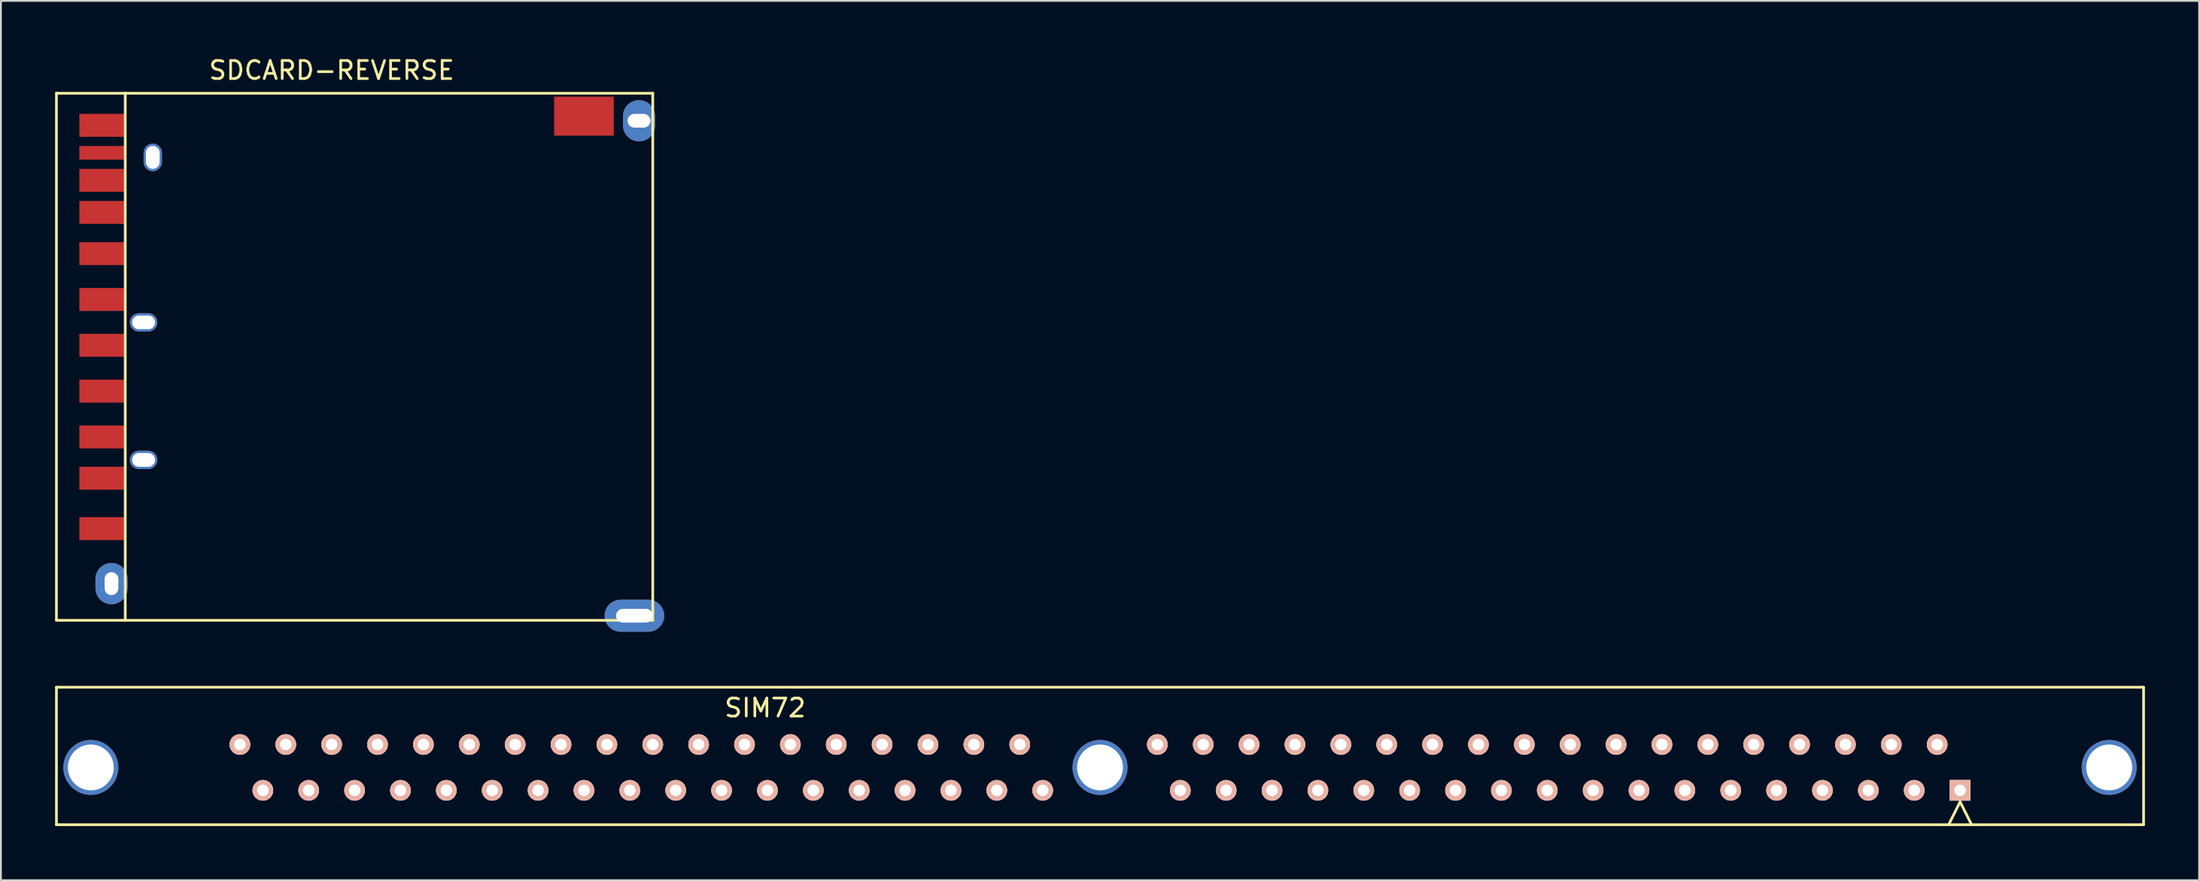
<source format=kicad_pcb>
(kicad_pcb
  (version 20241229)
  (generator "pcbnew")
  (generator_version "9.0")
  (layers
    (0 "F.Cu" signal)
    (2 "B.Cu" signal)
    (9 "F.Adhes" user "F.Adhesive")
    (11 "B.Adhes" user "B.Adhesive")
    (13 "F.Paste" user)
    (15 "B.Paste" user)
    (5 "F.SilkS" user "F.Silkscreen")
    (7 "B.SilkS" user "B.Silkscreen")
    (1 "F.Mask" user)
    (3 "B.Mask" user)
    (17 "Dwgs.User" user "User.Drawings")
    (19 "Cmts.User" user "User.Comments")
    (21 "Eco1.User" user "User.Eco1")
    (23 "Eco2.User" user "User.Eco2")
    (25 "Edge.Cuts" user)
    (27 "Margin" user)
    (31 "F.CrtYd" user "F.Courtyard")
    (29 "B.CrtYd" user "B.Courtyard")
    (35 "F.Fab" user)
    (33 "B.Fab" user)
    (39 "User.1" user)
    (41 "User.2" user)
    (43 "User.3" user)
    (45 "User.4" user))
  (footprint "SDCARD-REVERSE"
    (layer "F.Cu")
    (at 2.615 21.168)
    (property "Reference" "SDCARD-REVERSE" (at 12.7 -20.32 0) (layer "F.SilkS") (effects (font (size 1 1) (thickness 0.15))))
    (attr through_hole)
    (fp_line (start -2.54 -19.05) (end -2.54 10.16) (stroke (width 0.15) (type solid)) (layer "F.SilkS"))
    (fp_line (start -2.54 10.16) (end 1.27 10.16) (stroke (width 0.15) (type solid)) (layer "F.SilkS"))
    (fp_line (start 1.27 -19.05) (end -2.54 -19.05) (stroke (width 0.15) (type solid)) (layer "F.SilkS"))
    (fp_line (start 1.27 -19.05) (end 1.27 10.16) (stroke (width 0.15) (type solid)) (layer "F.SilkS"))
    (fp_line (start 30.48 -19.05) (end 1.27 -19.05) (stroke (width 0.15) (type solid)) (layer "F.SilkS"))
    (fp_line (start 30.48 -19.05) (end 30.48 10.16) (stroke (width 0.15) (type solid)) (layer "F.SilkS"))
    (fp_line (start 30.48 10.16) (end 1.27 10.16) (stroke (width 0.15) (type solid)) (layer "F.SilkS"))
    (pad "1" smd rect (at 0 2.286) (size 2.54 1.27) (layers "F.Cu" "F.Mask" "F.Paste"))
    (pad "2" smd rect (at 0 0) (size 2.54 1.27) (layers "F.Cu" "F.Mask" "F.Paste"))
    (pad "3" smd rect (at 0 -2.54) (size 2.54 1.27) (layers "F.Cu" "F.Mask" "F.Paste"))
    (pad "4" smd rect (at 0 -5.08) (size 2.54 1.27) (layers "F.Cu" "F.Mask" "F.Paste"))
    (pad "5" smd rect (at 0 -7.62) (size 2.54 1.27) (layers "F.Cu" "F.Mask" "F.Paste"))
    (pad "6" smd rect (at 0 -10.16) (size 2.54 1.27) (layers "F.Cu" "F.Mask" "F.Paste"))
    (pad "7" smd rect (at 0 -12.446) (size 2.54 1.27) (layers "F.Cu" "F.Mask" "F.Paste"))
    (pad "8" smd rect (at 0 -14.224) (size 2.54 1.27) (layers "F.Cu" "F.Mask" "F.Paste"))
    (pad "9" smd rect (at 0 5.08) (size 2.54 1.27) (layers "F.Cu" "F.Mask" "F.Paste"))
    (pad "10" smd rect (at 0 -15.748) (size 2.54 0.762) (layers "F.Cu" "F.Mask" "F.Paste"))
    (pad "11" smd rect (at 0 -17.272) (size 2.54 1.27) (layers "F.Cu" "F.Mask" "F.Paste"))
    (pad "12" smd rect (at 26.67 -17.78) (size 3.302 2.159) (layers "F.Cu" "F.Mask" "F.Paste"))
    (pad "13" thru_hole oval (at 2.794 -15.494) (size 1.016 1.524) (drill oval 0.762 1.27) (layers "*.Cu" "*.Mask"))
    (pad "14" thru_hole oval (at 2.286 -6.35) (size 1.524 1.016) (drill oval 1.27 0.762) (layers "*.Cu" "*.Mask"))
    (pad "15" thru_hole oval (at 2.286 1.27) (size 1.524 1.016) (drill oval 1.27 0.762) (layers "*.Cu" "*.Mask"))
    (pad "16" thru_hole oval (at 0.508 8.128) (size 1.778 2.286) (drill oval 0.762 1.27) (layers "*.Cu" "*.Mask"))
    (pad "17" thru_hole oval (at 29.464 9.906) (size 3.302 1.778) (drill oval 2.032 0.762) (layers "*.Cu" "*.Mask"))
    (pad "18" thru_hole oval (at 29.718 -17.526) (size 1.778 2.286) (drill oval 1.27 0.762) (layers "*.Cu" "*.Mask")))
  (footprint "SIM72"
    (layer "F.Cu")
    (at 57.86 39.483)
    (property "Reference" "SIM72" (at -18.542 -3.302 0) (layer "F.SilkS") (effects (font (size 1 1) (thickness 0.15))))
    (attr through_hole)
    (fp_line (start -57.785 -4.445) (end -57.785 3.175) (stroke (width 0.15) (type solid)) (layer "F.SilkS"))
    (fp_line (start -57.785 3.175) (end 57.785 3.175) (stroke (width 0.15) (type solid)) (layer "F.SilkS"))
    (fp_line (start 46.99 3.175) (end 47.625 1.905) (stroke (width 0.15) (type solid)) (layer "F.SilkS"))
    (fp_line (start 47.625 1.905) (end 48.26 3.175) (stroke (width 0.15) (type solid)) (layer "F.SilkS"))
    (fp_line (start 57.785 -4.445) (end -57.785 -4.445) (stroke (width 0.15) (type solid)) (layer "F.SilkS"))
    (fp_line (start 57.785 3.175) (end 57.785 -4.445) (stroke (width 0.15) (type solid)) (layer "F.SilkS"))
    (pad "" thru_hole circle (at -55.88 0) (size 3.048 3.048) (drill 2.54) (layers "*.Cu" "*.Mask"))
    (pad "" thru_hole circle (at 0 0) (size 3.048 3.048) (drill 2.54) (layers "*.Cu" "*.Mask"))
    (pad "" thru_hole circle (at 55.88 0) (size 3.048 3.048) (drill 2.54) (layers "*.Cu" "*.Mask"))
    (pad "1" thru_hole rect (at 47.625 1.27) (size 1.143 1.143) (drill 0.635) (layers "*.Cu" "*.SilkS" "*.Mask"))
    (pad "2" thru_hole circle (at 46.355 -1.27) (size 1.143 1.143) (drill 0.635) (layers "*.Cu" "*.SilkS" "*.Mask"))
    (pad "3" thru_hole circle (at 45.085 1.27) (size 1.143 1.143) (drill 0.635) (layers "*.Cu" "*.SilkS" "*.Mask"))
    (pad "4" thru_hole circle (at 43.815 -1.27) (size 1.143 1.143) (drill 0.635) (layers "*.Cu" "*.SilkS" "*.Mask"))
    (pad "5" thru_hole circle (at 42.545 1.27) (size 1.143 1.143) (drill 0.635) (layers "*.Cu" "*.SilkS" "*.Mask"))
    (pad "6" thru_hole circle (at 41.275 -1.27) (size 1.143 1.143) (drill 0.635) (layers "*.Cu" "*.SilkS" "*.Mask"))
    (pad "7" thru_hole circle (at 40.005 1.27) (size 1.143 1.143) (drill 0.635) (layers "*.Cu" "*.SilkS" "*.Mask"))
    (pad "8" thru_hole circle (at 38.735 -1.27) (size 1.143 1.143) (drill 0.635) (layers "*.Cu" "*.SilkS" "*.Mask"))
    (pad "9" thru_hole circle (at 37.465 1.27) (size 1.143 1.143) (drill 0.635) (layers "*.Cu" "*.SilkS" "*.Mask"))
    (pad "10" thru_hole circle (at 36.195 -1.27) (size 1.143 1.143) (drill 0.635) (layers "*.Cu" "*.SilkS" "*.Mask"))
    (pad "11" thru_hole circle (at 34.925 1.27) (size 1.143 1.143) (drill 0.635) (layers "*.Cu" "*.SilkS" "*.Mask"))
    (pad "12" thru_hole circle (at 33.655 -1.27) (size 1.143 1.143) (drill 0.635) (layers "*.Cu" "*.SilkS" "*.Mask"))
    (pad "13" thru_hole circle (at 32.385 1.27) (size 1.143 1.143) (drill 0.635) (layers "*.Cu" "*.SilkS" "*.Mask"))
    (pad "14" thru_hole circle (at 31.115 -1.27) (size 1.143 1.143) (drill 0.635) (layers "*.Cu" "*.SilkS" "*.Mask"))
    (pad "15" thru_hole circle (at 29.845 1.27) (size 1.143 1.143) (drill 0.635) (layers "*.Cu" "*.SilkS" "*.Mask"))
    (pad "16" thru_hole circle (at 28.575 -1.27) (size 1.143 1.143) (drill 0.635) (layers "*.Cu" "*.SilkS" "*.Mask"))
    (pad "17" thru_hole circle (at 27.305 1.27) (size 1.143 1.143) (drill 0.635) (layers "*.Cu" "*.SilkS" "*.Mask"))
    (pad "18" thru_hole circle (at 26.035 -1.27) (size 1.143 1.143) (drill 0.635) (layers "*.Cu" "*.SilkS" "*.Mask"))
    (pad "19" thru_hole circle (at 24.765 1.27) (size 1.143 1.143) (drill 0.635) (layers "*.Cu" "*.SilkS" "*.Mask"))
    (pad "20" thru_hole circle (at 23.495 -1.27) (size 1.143 1.143) (drill 0.635) (layers "*.Cu" "*.SilkS" "*.Mask"))
    (pad "21" thru_hole circle (at 22.225 1.27) (size 1.143 1.143) (drill 0.635) (layers "*.Cu" "*.SilkS" "*.Mask"))
    (pad "22" thru_hole circle (at 20.955 -1.27) (size 1.143 1.143) (drill 0.635) (layers "*.Cu" "*.SilkS" "*.Mask"))
    (pad "23" thru_hole circle (at 19.685 1.27) (size 1.143 1.143) (drill 0.635) (layers "*.Cu" "*.SilkS" "*.Mask"))
    (pad "24" thru_hole circle (at 18.415 -1.27) (size 1.143 1.143) (drill 0.635) (layers "*.Cu" "*.SilkS" "*.Mask"))
    (pad "25" thru_hole circle (at 17.145 1.27) (size 1.143 1.143) (drill 0.635) (layers "*.Cu" "*.SilkS" "*.Mask"))
    (pad "26" thru_hole circle (at 15.875 -1.27) (size 1.143 1.143) (drill 0.635) (layers "*.Cu" "*.SilkS" "*.Mask"))
    (pad "27" thru_hole circle (at 14.605 1.27) (size 1.143 1.143) (drill 0.635) (layers "*.Cu" "*.SilkS" "*.Mask"))
    (pad "28" thru_hole circle (at 13.335 -1.27) (size 1.143 1.143) (drill 0.635) (layers "*.Cu" "*.SilkS" "*.Mask"))
    (pad "29" thru_hole circle (at 12.065 1.27) (size 1.143 1.143) (drill 0.635) (layers "*.Cu" "*.SilkS" "*.Mask"))
    (pad "30" thru_hole circle (at 10.795 -1.27) (size 1.143 1.143) (drill 0.635) (layers "*.Cu" "*.SilkS" "*.Mask"))
    (pad "31" thru_hole circle (at 9.525 1.27) (size 1.143 1.143) (drill 0.635) (layers "*.Cu" "*.SilkS" "*.Mask"))
    (pad "32" thru_hole circle (at 8.255 -1.27) (size 1.143 1.143) (drill 0.635) (layers "*.Cu" "*.SilkS" "*.Mask"))
    (pad "33" thru_hole circle (at 6.985 1.27) (size 1.143 1.143) (drill 0.635) (layers "*.Cu" "*.SilkS" "*.Mask"))
    (pad "34" thru_hole circle (at 5.715 -1.27) (size 1.143 1.143) (drill 0.635) (layers "*.Cu" "*.SilkS" "*.Mask"))
    (pad "35" thru_hole circle (at 4.445 1.27) (size 1.143 1.143) (drill 0.635) (layers "*.Cu" "*.SilkS" "*.Mask"))
    (pad "36" thru_hole circle (at 3.175 -1.27) (size 1.143 1.143) (drill 0.635) (layers "*.Cu" "*.SilkS" "*.Mask"))
    (pad "37" thru_hole circle (at -3.175 1.27) (size 1.143 1.143) (drill 0.635) (layers "*.Cu" "*.SilkS" "*.Mask"))
    (pad "38" thru_hole circle (at -4.445 -1.27) (size 1.143 1.143) (drill 0.635) (layers "*.Cu" "*.SilkS" "*.Mask"))
    (pad "39" thru_hole circle (at -5.715 1.27) (size 1.143 1.143) (drill 0.635) (layers "*.Cu" "*.SilkS" "*.Mask"))
    (pad "40" thru_hole circle (at -6.985 -1.27) (size 1.143 1.143) (drill 0.635) (layers "*.Cu" "*.SilkS" "*.Mask"))
    (pad "41" thru_hole circle (at -8.255 1.27) (size 1.143 1.143) (drill 0.635) (layers "*.Cu" "*.SilkS" "*.Mask"))
    (pad "42" thru_hole circle (at -9.525 -1.27) (size 1.143 1.143) (drill 0.635) (layers "*.Cu" "*.SilkS" "*.Mask"))
    (pad "43" thru_hole circle (at -10.795 1.27) (size 1.143 1.143) (drill 0.635) (layers "*.Cu" "*.SilkS" "*.Mask"))
    (pad "44" thru_hole circle (at -12.065 -1.27) (size 1.143 1.143) (drill 0.635) (layers "*.Cu" "*.SilkS" "*.Mask"))
    (pad "45" thru_hole circle (at -13.335 1.27) (size 1.143 1.143) (drill 0.635) (layers "*.Cu" "*.SilkS" "*.Mask"))
    (pad "46" thru_hole circle (at -14.605 -1.27) (size 1.143 1.143) (drill 0.635) (layers "*.Cu" "*.SilkS" "*.Mask"))
    (pad "47" thru_hole circle (at -15.875 1.27) (size 1.143 1.143) (drill 0.635) (layers "*.Cu" "*.SilkS" "*.Mask"))
    (pad "48" thru_hole circle (at -17.145 -1.27) (size 1.143 1.143) (drill 0.635) (layers "*.Cu" "*.SilkS" "*.Mask"))
    (pad "49" thru_hole circle (at -18.415 1.27) (size 1.143 1.143) (drill 0.635) (layers "*.Cu" "*.SilkS" "*.Mask"))
    (pad "50" thru_hole circle (at -19.685 -1.27) (size 1.143 1.143) (drill 0.635) (layers "*.Cu" "*.SilkS" "*.Mask"))
    (pad "51" thru_hole circle (at -20.955 1.27) (size 1.143 1.143) (drill 0.635) (layers "*.Cu" "*.SilkS" "*.Mask"))
    (pad "52" thru_hole circle (at -22.225 -1.27) (size 1.143 1.143) (drill 0.635) (layers "*.Cu" "*.SilkS" "*.Mask"))
    (pad "53" thru_hole circle (at -23.495 1.27) (size 1.143 1.143) (drill 0.635) (layers "*.Cu" "*.SilkS" "*.Mask"))
    (pad "54" thru_hole circle (at -24.765 -1.27) (size 1.143 1.143) (drill 0.635) (layers "*.Cu" "*.SilkS" "*.Mask"))
    (pad "55" thru_hole circle (at -26.035 1.27) (size 1.143 1.143) (drill 0.635) (layers "*.Cu" "*.SilkS" "*.Mask"))
    (pad "56" thru_hole circle (at -27.305 -1.27) (size 1.143 1.143) (drill 0.635) (layers "*.Cu" "*.SilkS" "*.Mask"))
    (pad "57" thru_hole circle (at -28.575 1.27) (size 1.143 1.143) (drill 0.635) (layers "*.Cu" "*.SilkS" "*.Mask"))
    (pad "58" thru_hole circle (at -29.845 -1.27) (size 1.143 1.143) (drill 0.635) (layers "*.Cu" "*.SilkS" "*.Mask"))
    (pad "59" thru_hole circle (at -31.115 1.27) (size 1.143 1.143) (drill 0.635) (layers "*.Cu" "*.SilkS" "*.Mask"))
    (pad "60" thru_hole circle (at -32.385 -1.27) (size 1.143 1.143) (drill 0.635) (layers "*.Cu" "*.SilkS" "*.Mask"))
    (pad "61" thru_hole circle (at -33.655 1.27) (size 1.143 1.143) (drill 0.635) (layers "*.Cu" "*.SilkS" "*.Mask"))
    (pad "62" thru_hole circle (at -34.925 -1.27) (size 1.143 1.143) (drill 0.635) (layers "*.Cu" "*.SilkS" "*.Mask"))
    (pad "63" thru_hole circle (at -36.195 1.27) (size 1.143 1.143) (drill 0.635) (layers "*.Cu" "*.SilkS" "*.Mask"))
    (pad "64" thru_hole circle (at -37.465 -1.27) (size 1.143 1.143) (drill 0.635) (layers "*.Cu" "*.SilkS" "*.Mask"))
    (pad "65" thru_hole circle (at -38.735 1.27) (size 1.143 1.143) (drill 0.635) (layers "*.Cu" "*.SilkS" "*.Mask"))
    (pad "66" thru_hole circle (at -40.005 -1.27) (size 1.143 1.143) (drill 0.635) (layers "*.Cu" "*.SilkS" "*.Mask"))
    (pad "67" thru_hole circle (at -41.275 1.27) (size 1.143 1.143) (drill 0.635) (layers "*.Cu" "*.SilkS" "*.Mask"))
    (pad "68" thru_hole circle (at -42.545 -1.27) (size 1.143 1.143) (drill 0.635) (layers "*.Cu" "*.SilkS" "*.Mask"))
    (pad "69" thru_hole circle (at -43.815 1.27) (size 1.143 1.143) (drill 0.635) (layers "*.Cu" "*.SilkS" "*.Mask"))
    (pad "70" thru_hole circle (at -45.085 -1.27) (size 1.143 1.143) (drill 0.635) (layers "*.Cu" "*.SilkS" "*.Mask"))
    (pad "71" thru_hole circle (at -46.355 1.27) (size 1.143 1.143) (drill 0.635) (layers "*.Cu" "*.SilkS" "*.Mask"))
    (pad "72" thru_hole circle (at -47.625 -1.27) (size 1.143 1.143) (drill 0.635) (layers "*.Cu" "*.SilkS" "*.Mask")))
  (gr_rect
    (start -3 -3)
    (end 118.72 45.733)
    (stroke (width 0.1) (type default))
    (fill no)
    (layer "Edge.Cuts")))
</source>
